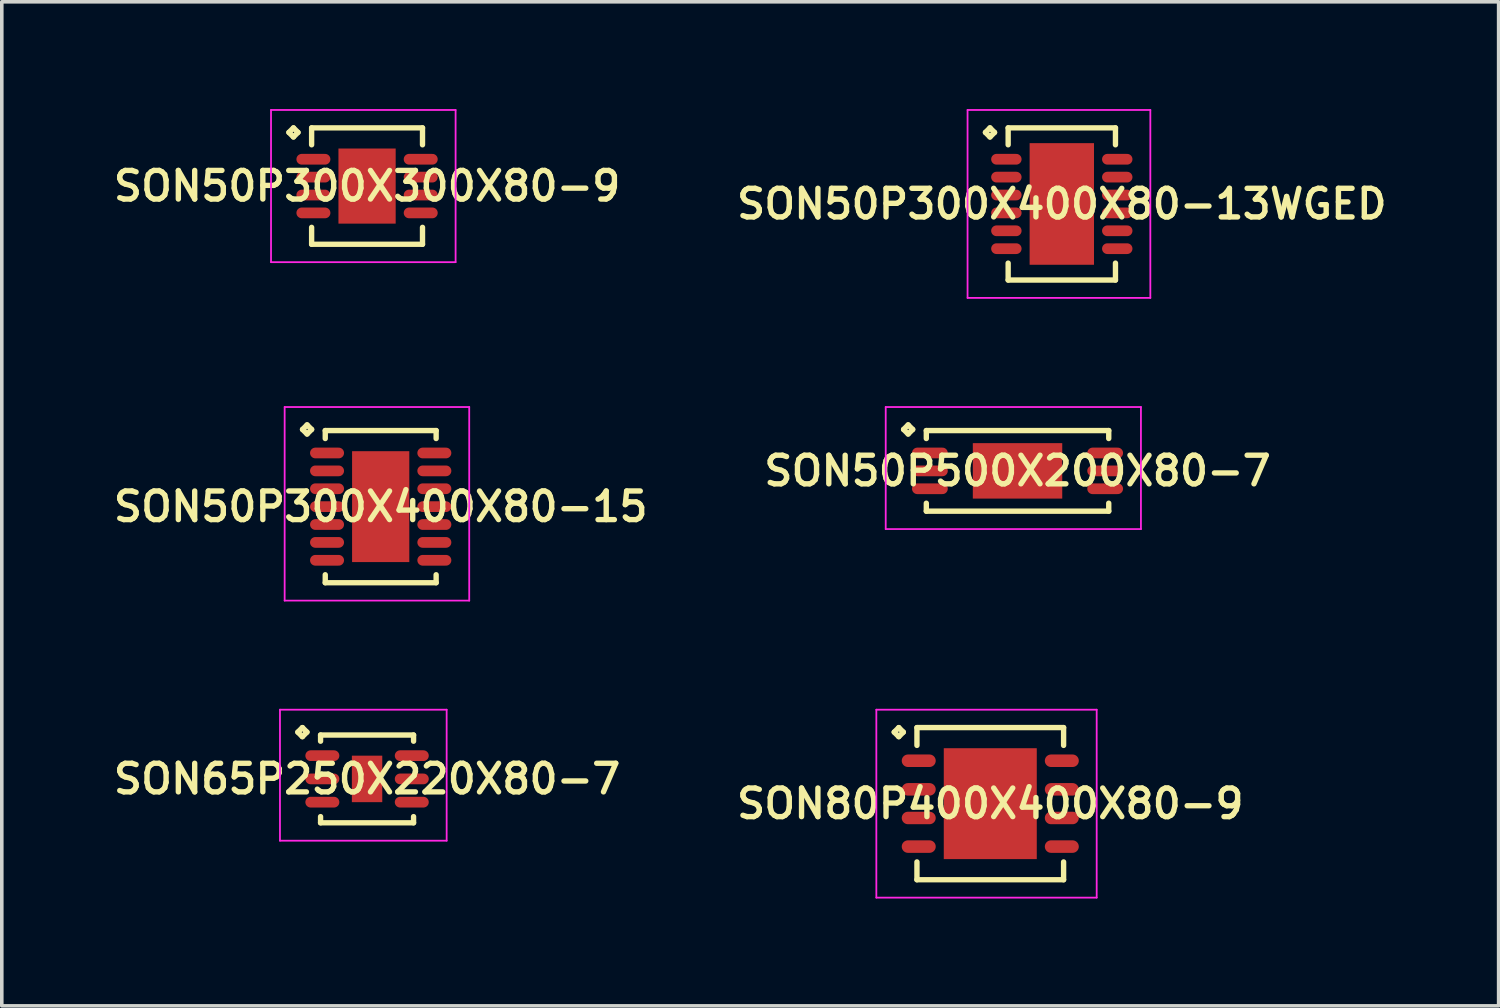
<source format=kicad_pcb>
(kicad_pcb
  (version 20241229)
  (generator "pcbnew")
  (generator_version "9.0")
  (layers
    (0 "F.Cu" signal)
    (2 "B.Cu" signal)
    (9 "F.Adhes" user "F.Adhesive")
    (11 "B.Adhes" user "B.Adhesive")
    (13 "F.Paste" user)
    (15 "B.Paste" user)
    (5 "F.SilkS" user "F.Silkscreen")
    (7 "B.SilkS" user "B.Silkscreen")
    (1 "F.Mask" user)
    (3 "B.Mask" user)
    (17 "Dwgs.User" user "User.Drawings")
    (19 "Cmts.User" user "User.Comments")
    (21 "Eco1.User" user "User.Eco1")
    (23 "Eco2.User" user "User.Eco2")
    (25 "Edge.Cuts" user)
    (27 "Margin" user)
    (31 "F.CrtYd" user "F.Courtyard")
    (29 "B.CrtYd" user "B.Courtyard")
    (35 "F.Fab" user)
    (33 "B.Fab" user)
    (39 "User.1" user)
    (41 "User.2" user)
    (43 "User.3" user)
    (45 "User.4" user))
  (footprint "SON50P300X400X80-15"
    (layer "F.Cu")
    (at 7.593 11.114)
    (property "Reference" "SON50P300X400X80-15" (at 0 0 0) (layer "F.SilkS") (effects (font (size 0.8 0.8) (thickness 0.15))))
    (attr smd)
    (fp_line (start -2.185 -2.158) (end -2.058 -2.285) (stroke (width 0.15) (type solid)) (layer "F.SilkS"))
    (fp_line (start -2.058 -2.285) (end -1.931 -2.158) (stroke (width 0.15) (type solid)) (layer "F.SilkS"))
    (fp_line (start -2.058 -2.031) (end -2.185 -2.158) (stroke (width 0.15) (type solid)) (layer "F.SilkS"))
    (fp_line (start -1.931 -2.158) (end -2.058 -2.031) (stroke (width 0.15) (type solid)) (layer "F.SilkS"))
    (fp_line (start -1.55 -2.127) (end 1.55 -2.127) (stroke (width 0.15) (type solid)) (layer "F.SilkS"))
    (fp_line (start -1.55 -1.904) (end -1.55 -2.127) (stroke (width 0.15) (type solid)) (layer "F.SilkS"))
    (fp_line (start -1.55 1.904) (end -1.55 2.127) (stroke (width 0.15) (type solid)) (layer "F.SilkS"))
    (fp_line (start -1.55 2.127) (end 1.55 2.127) (stroke (width 0.15) (type solid)) (layer "F.SilkS"))
    (fp_line (start 1.55 -2.127) (end 1.55 -1.904) (stroke (width 0.15) (type solid)) (layer "F.SilkS"))
    (fp_line (start 1.55 2.127) (end 1.55 1.904) (stroke (width 0.15) (type solid)) (layer "F.SilkS"))
    (fp_line (start -2.685 -2.785) (end 2.475 -2.785) (stroke (width 0.05) (type solid)) (layer "F.CrtYd"))
    (fp_line (start -2.685 2.627) (end -2.685 -2.785) (stroke (width 0.05) (type solid)) (layer "F.CrtYd"))
    (fp_line (start 2.475 -2.785) (end 2.475 2.627) (stroke (width 0.05) (type solid)) (layer "F.CrtYd"))
    (fp_line (start 2.475 2.627) (end -2.685 2.627) (stroke (width 0.05) (type solid)) (layer "F.CrtYd"))
    (pad "1" smd oval (at -1.5 -1.5) (size 0.95 0.3) (layers "F.Cu" "F.Mask" "F.Paste"))
    (pad "2" smd oval (at -1.5 -1) (size 0.95 0.3) (layers "F.Cu" "F.Mask" "F.Paste"))
    (pad "3" smd oval (at -1.5 -0.5) (size 0.95 0.3) (layers "F.Cu" "F.Mask" "F.Paste"))
    (pad "4" smd oval (at -1.5 0) (size 0.95 0.3) (layers "F.Cu" "F.Mask" "F.Paste"))
    (pad "5" smd oval (at -1.5 0.5) (size 0.95 0.3) (layers "F.Cu" "F.Mask" "F.Paste"))
    (pad "6" smd oval (at -1.5 1) (size 0.95 0.3) (layers "F.Cu" "F.Mask" "F.Paste"))
    (pad "7" smd oval (at -1.5 1.5) (size 0.95 0.3) (layers "F.Cu" "F.Mask" "F.Paste"))
    (pad "8" smd oval (at 1.5 1.5) (size 0.95 0.3) (layers "F.Cu" "F.Mask" "F.Paste"))
    (pad "9" smd oval (at 1.5 1) (size 0.95 0.3) (layers "F.Cu" "F.Mask" "F.Paste"))
    (pad "10" smd oval (at 1.5 0.5) (size 0.95 0.3) (layers "F.Cu" "F.Mask" "F.Paste"))
    (pad "11" smd oval (at 1.5 0) (size 0.95 0.3) (layers "F.Cu" "F.Mask" "F.Paste"))
    (pad "12" smd oval (at 1.5 -0.5) (size 0.95 0.3) (layers "F.Cu" "F.Mask" "F.Paste"))
    (pad "13" smd oval (at 1.5 -1) (size 0.95 0.3) (layers "F.Cu" "F.Mask" "F.Paste"))
    (pad "14" smd oval (at 1.5 -1.5) (size 0.95 0.3) (layers "F.Cu" "F.Mask" "F.Paste"))
    (pad "15" smd rect (at 0 0) (size 1.6 3.1) (layers "F.Cu" "F.Mask" "F.Paste")))
  (footprint "SON80P400X400X80-9"
    (layer "F.Cu")
    (at 24.635 19.418)
    (property "Reference" "SON80P400X400X80-9" (at 0 0 0) (layer "F.SilkS") (effects (font (size 0.8 0.8) (thickness 0.15))))
    (attr smd)
    (fp_line (start -2.685 -2) (end -2.558 -2.127) (stroke (width 0.15) (type solid)) (layer "F.SilkS"))
    (fp_line (start -2.558 -2.127) (end -2.431 -2) (stroke (width 0.15) (type solid)) (layer "F.SilkS"))
    (fp_line (start -2.558 -1.873) (end -2.685 -2) (stroke (width 0.15) (type solid)) (layer "F.SilkS"))
    (fp_line (start -2.431 -2) (end -2.558 -1.873) (stroke (width 0.15) (type solid)) (layer "F.SilkS"))
    (fp_line (start -2.05 -2.127) (end 2.05 -2.127) (stroke (width 0.15) (type solid)) (layer "F.SilkS"))
    (fp_line (start -2.05 -1.629) (end -2.05 -2.127) (stroke (width 0.15) (type solid)) (layer "F.SilkS"))
    (fp_line (start -2.05 1.629) (end -2.05 2.127) (stroke (width 0.15) (type solid)) (layer "F.SilkS"))
    (fp_line (start -2.05 2.127) (end 2.05 2.127) (stroke (width 0.15) (type solid)) (layer "F.SilkS"))
    (fp_line (start 2.05 -2.127) (end 2.05 -1.629) (stroke (width 0.15) (type solid)) (layer "F.SilkS"))
    (fp_line (start 2.05 2.127) (end 2.05 1.629) (stroke (width 0.15) (type solid)) (layer "F.SilkS"))
    (fp_line (start -3.185 -2.627) (end 2.975 -2.627) (stroke (width 0.05) (type solid)) (layer "F.CrtYd"))
    (fp_line (start -3.185 2.627) (end -3.185 -2.627) (stroke (width 0.05) (type solid)) (layer "F.CrtYd"))
    (fp_line (start 2.975 -2.627) (end 2.975 2.627) (stroke (width 0.05) (type solid)) (layer "F.CrtYd"))
    (fp_line (start 2.975 2.627) (end -3.185 2.627) (stroke (width 0.05) (type solid)) (layer "F.CrtYd"))
    (pad "1" smd oval (at -2 -1.2) (size 0.95 0.35) (layers "F.Cu" "F.Mask" "F.Paste"))
    (pad "2" smd oval (at -2 -0.4) (size 0.95 0.35) (layers "F.Cu" "F.Mask" "F.Paste"))
    (pad "3" smd oval (at -2 0.4) (size 0.95 0.35) (layers "F.Cu" "F.Mask" "F.Paste"))
    (pad "4" smd oval (at -2 1.2) (size 0.95 0.35) (layers "F.Cu" "F.Mask" "F.Paste"))
    (pad "5" smd oval (at 2 1.2) (size 0.95 0.35) (layers "F.Cu" "F.Mask" "F.Paste"))
    (pad "6" smd oval (at 2 0.4) (size 0.95 0.35) (layers "F.Cu" "F.Mask" "F.Paste"))
    (pad "7" smd oval (at 2 -0.4) (size 0.95 0.35) (layers "F.Cu" "F.Mask" "F.Paste"))
    (pad "8" smd oval (at 2 -1.2) (size 0.95 0.35) (layers "F.Cu" "F.Mask" "F.Paste"))
    (pad "9" smd rect (at 0 0) (size 2.6 3.1) (layers "F.Cu" "F.Mask" "F.Paste")))
  (footprint "SON50P500X200X80-7"
    (layer "F.Cu")
    (at 25.397 10.114)
    (property "Reference" "SON50P500X200X80-7" (at 0 0 0) (layer "F.SilkS") (effects (font (size 0.8 0.8) (thickness 0.15))))
    (attr smd)
    (fp_line (start -3.185 -1.158) (end -3.058 -1.285) (stroke (width 0.15) (type solid)) (layer "F.SilkS"))
    (fp_line (start -3.058 -1.285) (end -2.931 -1.158) (stroke (width 0.15) (type solid)) (layer "F.SilkS"))
    (fp_line (start -3.058 -1.031) (end -3.185 -1.158) (stroke (width 0.15) (type solid)) (layer "F.SilkS"))
    (fp_line (start -2.931 -1.158) (end -3.058 -1.031) (stroke (width 0.15) (type solid)) (layer "F.SilkS"))
    (fp_line (start -2.55 -1.127) (end 2.55 -1.127) (stroke (width 0.15) (type solid)) (layer "F.SilkS"))
    (fp_line (start -2.55 -0.904) (end -2.55 -1.127) (stroke (width 0.15) (type solid)) (layer "F.SilkS"))
    (fp_line (start -2.55 0.904) (end -2.55 1.127) (stroke (width 0.15) (type solid)) (layer "F.SilkS"))
    (fp_line (start -2.55 1.127) (end 2.55 1.127) (stroke (width 0.15) (type solid)) (layer "F.SilkS"))
    (fp_line (start 2.55 -1.127) (end 2.55 -0.904) (stroke (width 0.15) (type solid)) (layer "F.SilkS"))
    (fp_line (start 2.55 1.127) (end 2.55 0.904) (stroke (width 0.15) (type solid)) (layer "F.SilkS"))
    (fp_line (start -3.685 -1.785) (end 3.45 -1.785) (stroke (width 0.05) (type solid)) (layer "F.CrtYd"))
    (fp_line (start -3.685 1.627) (end -3.685 -1.785) (stroke (width 0.05) (type solid)) (layer "F.CrtYd"))
    (fp_line (start 3.45 -1.785) (end 3.45 1.627) (stroke (width 0.05) (type solid)) (layer "F.CrtYd"))
    (fp_line (start 3.45 1.627) (end -3.685 1.627) (stroke (width 0.05) (type solid)) (layer "F.CrtYd"))
    (pad "1" smd oval (at -2.45 -0.5) (size 1 0.3) (layers "F.Cu" "F.Mask" "F.Paste"))
    (pad "2" smd oval (at -2.45 0) (size 1 0.3) (layers "F.Cu" "F.Mask" "F.Paste"))
    (pad "3" smd oval (at -2.45 0.5) (size 1 0.3) (layers "F.Cu" "F.Mask" "F.Paste"))
    (pad "4" smd oval (at 2.45 0.5) (size 1 0.3) (layers "F.Cu" "F.Mask" "F.Paste"))
    (pad "5" smd oval (at 2.45 0) (size 1 0.3) (layers "F.Cu" "F.Mask" "F.Paste"))
    (pad "6" smd oval (at 2.45 -0.5) (size 1 0.3) (layers "F.Cu" "F.Mask" "F.Paste"))
    (pad "7" smd rect (at 0 0) (size 2.5 1.55) (layers "F.Cu" "F.Mask" "F.Paste")))
  (footprint "SON50P300X300X80-9"
    (layer "F.Cu")
    (at 7.212 2.152)
    (property "Reference" "SON50P300X300X80-9" (at 0 0 0) (layer "F.SilkS") (effects (font (size 0.8 0.8) (thickness 0.15))))
    (attr smd)
    (fp_line (start -2.185 -1.5) (end -2.058 -1.627) (stroke (width 0.15) (type solid)) (layer "F.SilkS"))
    (fp_line (start -2.058 -1.627) (end -1.931 -1.5) (stroke (width 0.15) (type solid)) (layer "F.SilkS"))
    (fp_line (start -2.058 -1.373) (end -2.185 -1.5) (stroke (width 0.15) (type solid)) (layer "F.SilkS"))
    (fp_line (start -1.931 -1.5) (end -2.058 -1.373) (stroke (width 0.15) (type solid)) (layer "F.SilkS"))
    (fp_line (start -1.55 -1.627) (end 1.55 -1.627) (stroke (width 0.15) (type solid)) (layer "F.SilkS"))
    (fp_line (start -1.55 -1.154) (end -1.55 -1.627) (stroke (width 0.15) (type solid)) (layer "F.SilkS"))
    (fp_line (start -1.55 1.154) (end -1.55 1.627) (stroke (width 0.15) (type solid)) (layer "F.SilkS"))
    (fp_line (start -1.55 1.627) (end 1.55 1.627) (stroke (width 0.15) (type solid)) (layer "F.SilkS"))
    (fp_line (start 1.55 -1.627) (end 1.55 -1.154) (stroke (width 0.15) (type solid)) (layer "F.SilkS"))
    (fp_line (start 1.55 1.627) (end 1.55 1.154) (stroke (width 0.15) (type solid)) (layer "F.SilkS"))
    (fp_line (start -2.685 -2.127) (end 2.475 -2.127) (stroke (width 0.05) (type solid)) (layer "F.CrtYd"))
    (fp_line (start -2.685 2.127) (end -2.685 -2.127) (stroke (width 0.05) (type solid)) (layer "F.CrtYd"))
    (fp_line (start 2.475 -2.127) (end 2.475 2.127) (stroke (width 0.05) (type solid)) (layer "F.CrtYd"))
    (fp_line (start 2.475 2.127) (end -2.685 2.127) (stroke (width 0.05) (type solid)) (layer "F.CrtYd"))
    (pad "1" smd oval (at -1.5 -0.75) (size 0.95 0.3) (layers "F.Cu" "F.Mask" "F.Paste"))
    (pad "2" smd oval (at -1.5 -0.25) (size 0.95 0.3) (layers "F.Cu" "F.Mask" "F.Paste"))
    (pad "3" smd oval (at -1.5 0.25) (size 0.95 0.3) (layers "F.Cu" "F.Mask" "F.Paste"))
    (pad "4" smd oval (at -1.5 0.75) (size 0.95 0.3) (layers "F.Cu" "F.Mask" "F.Paste"))
    (pad "5" smd oval (at 1.5 0.75) (size 0.95 0.3) (layers "F.Cu" "F.Mask" "F.Paste"))
    (pad "6" smd oval (at 1.5 0.25) (size 0.95 0.3) (layers "F.Cu" "F.Mask" "F.Paste"))
    (pad "7" smd oval (at 1.5 -0.25) (size 0.95 0.3) (layers "F.Cu" "F.Mask" "F.Paste"))
    (pad "8" smd oval (at 1.5 -0.75) (size 0.95 0.3) (layers "F.Cu" "F.Mask" "F.Paste"))
    (pad "9" smd rect (at 0 0) (size 1.6 2.1) (layers "F.Cu" "F.Mask" "F.Paste")))
  (footprint "SON65P250X220X80-7"
    (layer "F.Cu")
    (at 7.212 18.726)
    (property "Reference" "SON65P250X220X80-7" (at 0 0 0) (layer "F.SilkS") (effects (font (size 0.8 0.8) (thickness 0.15))))
    (attr smd)
    (fp_line (start -1.935 -1.308) (end -1.808 -1.435) (stroke (width 0.15) (type solid)) (layer "F.SilkS"))
    (fp_line (start -1.808 -1.435) (end -1.681 -1.308) (stroke (width 0.15) (type solid)) (layer "F.SilkS"))
    (fp_line (start -1.808 -1.181) (end -1.935 -1.308) (stroke (width 0.15) (type solid)) (layer "F.SilkS"))
    (fp_line (start -1.681 -1.308) (end -1.808 -1.181) (stroke (width 0.15) (type solid)) (layer "F.SilkS"))
    (fp_line (start -1.3 -1.227) (end 1.3 -1.227) (stroke (width 0.15) (type solid)) (layer "F.SilkS"))
    (fp_line (start -1.3 -1.054) (end -1.3 -1.227) (stroke (width 0.15) (type solid)) (layer "F.SilkS"))
    (fp_line (start -1.3 1.054) (end -1.3 1.227) (stroke (width 0.15) (type solid)) (layer "F.SilkS"))
    (fp_line (start -1.3 1.227) (end 1.3 1.227) (stroke (width 0.15) (type solid)) (layer "F.SilkS"))
    (fp_line (start 1.3 -1.227) (end 1.3 -1.054) (stroke (width 0.15) (type solid)) (layer "F.SilkS"))
    (fp_line (start 1.3 1.227) (end 1.3 1.054) (stroke (width 0.15) (type solid)) (layer "F.SilkS"))
    (fp_line (start -2.435 -1.935) (end 2.225 -1.935) (stroke (width 0.05) (type solid)) (layer "F.CrtYd"))
    (fp_line (start -2.435 1.727) (end -2.435 -1.935) (stroke (width 0.05) (type solid)) (layer "F.CrtYd"))
    (fp_line (start 2.225 -1.935) (end 2.225 1.727) (stroke (width 0.05) (type solid)) (layer "F.CrtYd"))
    (fp_line (start 2.225 1.727) (end -2.435 1.727) (stroke (width 0.05) (type solid)) (layer "F.CrtYd"))
    (pad "1" smd oval (at -1.25 -0.65) (size 0.95 0.3) (layers "F.Cu" "F.Mask" "F.Paste"))
    (pad "2" smd oval (at -1.25 0) (size 0.95 0.3) (layers "F.Cu" "F.Mask" "F.Paste"))
    (pad "3" smd oval (at -1.25 0.65) (size 0.95 0.3) (layers "F.Cu" "F.Mask" "F.Paste"))
    (pad "4" smd oval (at 1.25 0.65) (size 0.95 0.3) (layers "F.Cu" "F.Mask" "F.Paste"))
    (pad "5" smd oval (at 1.25 0) (size 0.95 0.3) (layers "F.Cu" "F.Mask" "F.Paste"))
    (pad "6" smd oval (at 1.25 -0.65) (size 0.95 0.3) (layers "F.Cu" "F.Mask" "F.Paste"))
    (pad "7" smd rect (at 0 0) (size 0.85 1.3) (layers "F.Cu" "F.Mask" "F.Paste")))
  (footprint "SON50P300X400X80-13WGED"
    (layer "F.Cu")
    (at 26.635 2.652)
    (property "Reference" "SON50P300X400X80-13WGED" (at 0 0 0) (layer "F.SilkS") (effects (font (size 0.8 0.8) (thickness 0.15))))
    (attr smd)
    (fp_line (start -2.135 -2) (end -2.008 -2.127) (stroke (width 0.15) (type solid)) (layer "F.SilkS"))
    (fp_line (start -2.008 -2.127) (end -1.881 -2) (stroke (width 0.15) (type solid)) (layer "F.SilkS"))
    (fp_line (start -2.008 -1.873) (end -2.135 -2) (stroke (width 0.15) (type solid)) (layer "F.SilkS"))
    (fp_line (start -1.881 -2) (end -2.008 -1.873) (stroke (width 0.15) (type solid)) (layer "F.SilkS"))
    (fp_line (start -1.5 -2.127) (end 1.5 -2.127) (stroke (width 0.15) (type solid)) (layer "F.SilkS"))
    (fp_line (start -1.5 -1.654) (end -1.5 -2.127) (stroke (width 0.15) (type solid)) (layer "F.SilkS"))
    (fp_line (start -1.5 1.654) (end -1.5 2.127) (stroke (width 0.15) (type solid)) (layer "F.SilkS"))
    (fp_line (start -1.5 2.127) (end 1.5 2.127) (stroke (width 0.15) (type solid)) (layer "F.SilkS"))
    (fp_line (start 1.5 -2.127) (end 1.5 -1.654) (stroke (width 0.15) (type solid)) (layer "F.SilkS"))
    (fp_line (start 1.5 2.127) (end 1.5 1.654) (stroke (width 0.15) (type solid)) (layer "F.SilkS"))
    (fp_line (start -2.635 -2.627) (end 2.475 -2.627) (stroke (width 0.05) (type solid)) (layer "F.CrtYd"))
    (fp_line (start -2.635 2.627) (end -2.635 -2.627) (stroke (width 0.05) (type solid)) (layer "F.CrtYd"))
    (fp_line (start 2.475 -2.627) (end 2.475 2.627) (stroke (width 0.05) (type solid)) (layer "F.CrtYd"))
    (fp_line (start 2.475 2.627) (end -2.635 2.627) (stroke (width 0.05) (type solid)) (layer "F.CrtYd"))
    (pad "1" smd oval (at -1.55 -1.25) (size 0.85 0.3) (layers "F.Cu" "F.Mask" "F.Paste"))
    (pad "2" smd oval (at -1.55 -0.75) (size 0.85 0.3) (layers "F.Cu" "F.Mask" "F.Paste"))
    (pad "3" smd oval (at -1.55 -0.25) (size 0.85 0.3) (layers "F.Cu" "F.Mask" "F.Paste"))
    (pad "4" smd oval (at -1.55 0.25) (size 0.85 0.3) (layers "F.Cu" "F.Mask" "F.Paste"))
    (pad "5" smd oval (at -1.55 0.75) (size 0.85 0.3) (layers "F.Cu" "F.Mask" "F.Paste"))
    (pad "6" smd oval (at -1.55 1.25) (size 0.85 0.3) (layers "F.Cu" "F.Mask" "F.Paste"))
    (pad "7" smd oval (at 1.55 1.25) (size 0.85 0.3) (layers "F.Cu" "F.Mask" "F.Paste"))
    (pad "8" smd oval (at 1.55 0.75) (size 0.85 0.3) (layers "F.Cu" "F.Mask" "F.Paste"))
    (pad "9" smd oval (at 1.55 0.25) (size 0.85 0.3) (layers "F.Cu" "F.Mask" "F.Paste"))
    (pad "10" smd oval (at 1.55 -0.25) (size 0.85 0.3) (layers "F.Cu" "F.Mask" "F.Paste"))
    (pad "11" smd oval (at 1.55 -0.75) (size 0.85 0.3) (layers "F.Cu" "F.Mask" "F.Paste"))
    (pad "12" smd oval (at 1.55 -1.25) (size 0.85 0.3) (layers "F.Cu" "F.Mask" "F.Paste"))
    (pad "13" smd rect (at 0 0) (size 1.8 3.4) (layers "F.Cu" "F.Mask" "F.Paste")))
  (gr_rect
    (start -3 -3)
    (end 38.847 25.07)
    (stroke (width 0.1) (type default))
    (fill no)
    (layer "Edge.Cuts")))
</source>
